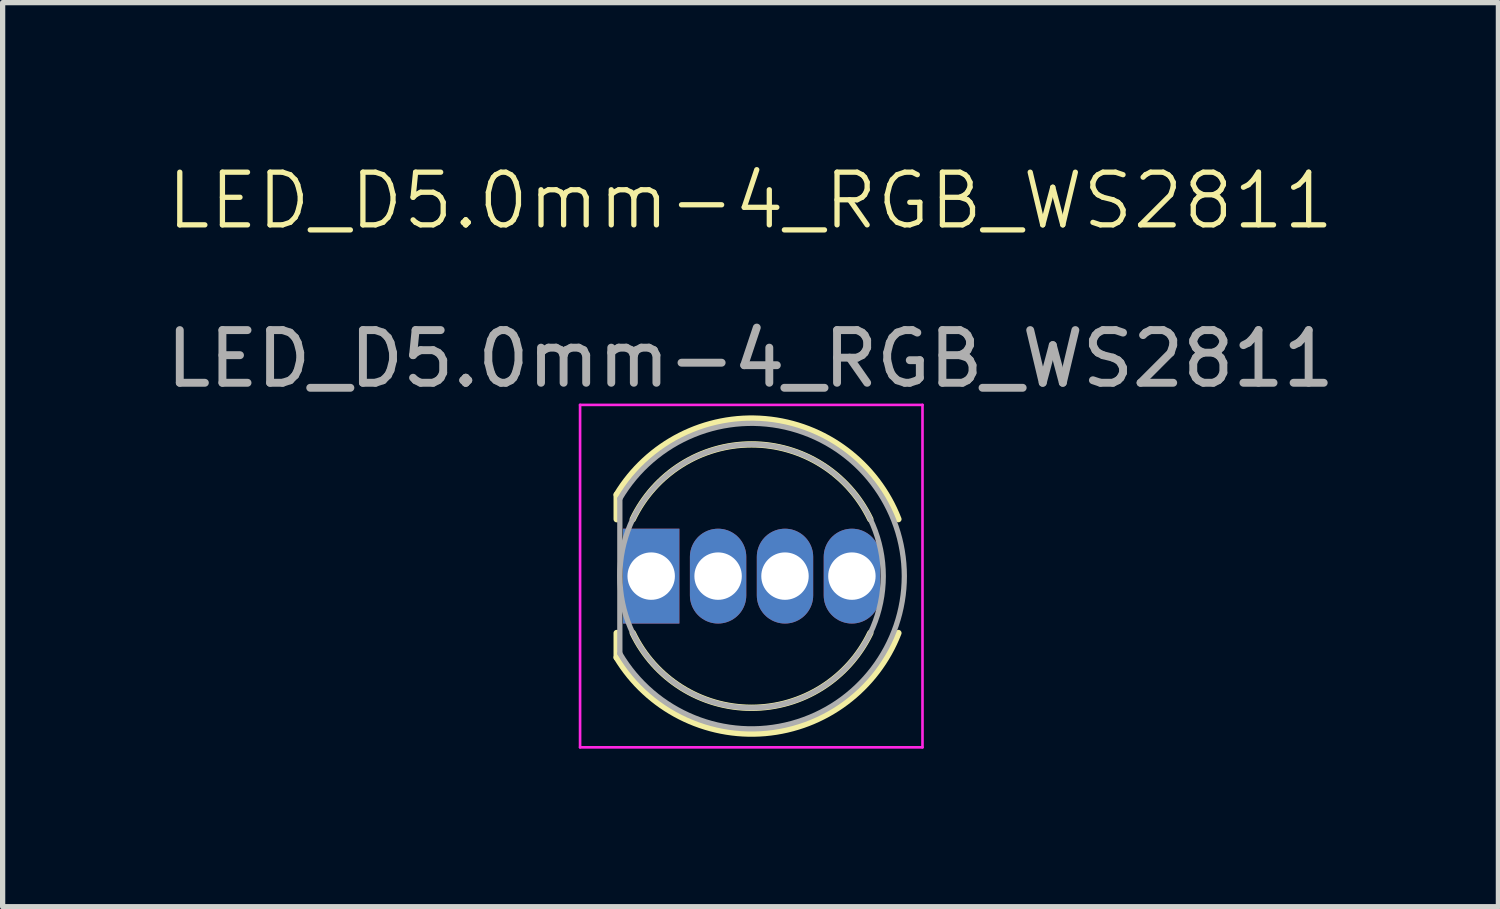
<source format=kicad_pcb>
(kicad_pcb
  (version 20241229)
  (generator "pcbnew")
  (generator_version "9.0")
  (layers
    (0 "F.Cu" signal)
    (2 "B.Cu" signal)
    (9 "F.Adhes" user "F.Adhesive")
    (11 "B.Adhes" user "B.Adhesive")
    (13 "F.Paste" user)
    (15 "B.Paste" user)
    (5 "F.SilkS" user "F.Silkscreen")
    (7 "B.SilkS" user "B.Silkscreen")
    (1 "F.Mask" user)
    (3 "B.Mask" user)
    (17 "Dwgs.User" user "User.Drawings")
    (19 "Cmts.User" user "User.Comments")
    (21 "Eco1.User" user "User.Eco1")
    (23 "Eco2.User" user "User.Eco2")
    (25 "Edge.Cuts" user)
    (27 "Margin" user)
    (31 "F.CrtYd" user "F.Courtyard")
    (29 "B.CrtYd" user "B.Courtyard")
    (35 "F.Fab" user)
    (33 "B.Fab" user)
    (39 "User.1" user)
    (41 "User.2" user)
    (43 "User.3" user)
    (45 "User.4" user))
  (footprint "LED_D5.0mm-4_RGB_WS2811"
    (layer "F.Cu")
    (at 11.196 6.426)
    (property "Reference" "LED_D5.0mm-4_RGB_WS2811" (at 0 -5.665 0) (unlocked yes) (layer "F.SilkS") (effects (font (size 1 1) (thickness 0.1))))
    (attr through_hole)
    (fp_line (start -2.54 -0.085) (end -2.54 0.38) (stroke (width 0.12) (type solid)) (layer "F.SilkS"))
    (fp_line (start -2.54 2.54) (end -2.54 3.005) (stroke (width 0.12) (type solid)) (layer "F.SilkS"))
    (fp_arc (start -2.54 -0.085259) (mid 0.278456 -1.519238) (end 2.807815 0.378744) (stroke (width 0.12) (type solid)) (layer "F.SilkS"))
    (fp_arc (start -2.234684 0.379571) (mid 0.019762 -1.040429) (end 2.274479 0.379142) (stroke (width 0.12) (type solid)) (layer "F.SilkS"))
    (fp_arc (start 2.274479 2.54) (mid 0.019762 3.959571) (end -2.234684 2.539571) (stroke (width 0.12) (type solid)) (layer "F.SilkS"))
    (fp_arc (start 2.807815 2.540398) (mid 0.278456 4.438379) (end -2.54 3.004401) (stroke (width 0.12) (type solid)) (layer "F.SilkS"))
    (fp_line (start -3.235 -1.79) (end -3.235 4.71) (stroke (width 0.05) (type solid)) (layer "F.CrtYd"))
    (fp_line (start -3.235 4.71) (end 3.265 4.71) (stroke (width 0.05) (type solid)) (layer "F.CrtYd"))
    (fp_line (start 3.265 -1.79) (end -3.235 -1.79) (stroke (width 0.05) (type solid)) (layer "F.CrtYd"))
    (fp_line (start 3.265 4.71) (end 3.265 -1.79) (stroke (width 0.05) (type solid)) (layer "F.CrtYd"))
    (fp_line (start -2.48 -0.01) (end -2.48 2.929) (stroke (width 0.1) (type solid)) (layer "F.Fab"))
    (fp_arc (start -2.48 -0.010123) (mid 2.92 1.459587) (end -2.480016 2.929237) (stroke (width 0.1) (type solid)) (layer "F.Fab"))
    (fp_circle (center 0.02 1.46) (end 2.52 1.46) (stroke (width 0.1) (type solid)) (fill no) (layer "F.Fab"))
    (fp_text user "${REFERENCE}" (at 0 -2.665 0) (unlocked yes) (layer "F.Fab") (effects (font (size 1 1) (thickness 0.15))))
    (pad "1" thru_hole oval (at 1.925 1.46) (size 1.07 1.8) (drill 0.9) (layers "*.Cu" "*.Mask"))
    (pad "2" thru_hole rect (at -1.885 1.46) (size 1.07 1.8) (drill 0.9) (layers "*.Cu" "*.Mask"))
    (pad "3" thru_hole oval (at 0.655 1.46) (size 1.07 1.8) (drill 0.9) (layers "*.Cu" "*.Mask"))
    (pad "6" thru_hole oval (at -0.615 1.46) (size 1.07 1.8) (drill 0.9) (layers "*.Cu" "*.Mask")))
  (gr_rect
    (start -3 -3)
    (end 25.393 14.161)
    (stroke (width 0.1) (type default))
    (fill no)
    (layer "Edge.Cuts")))
</source>
